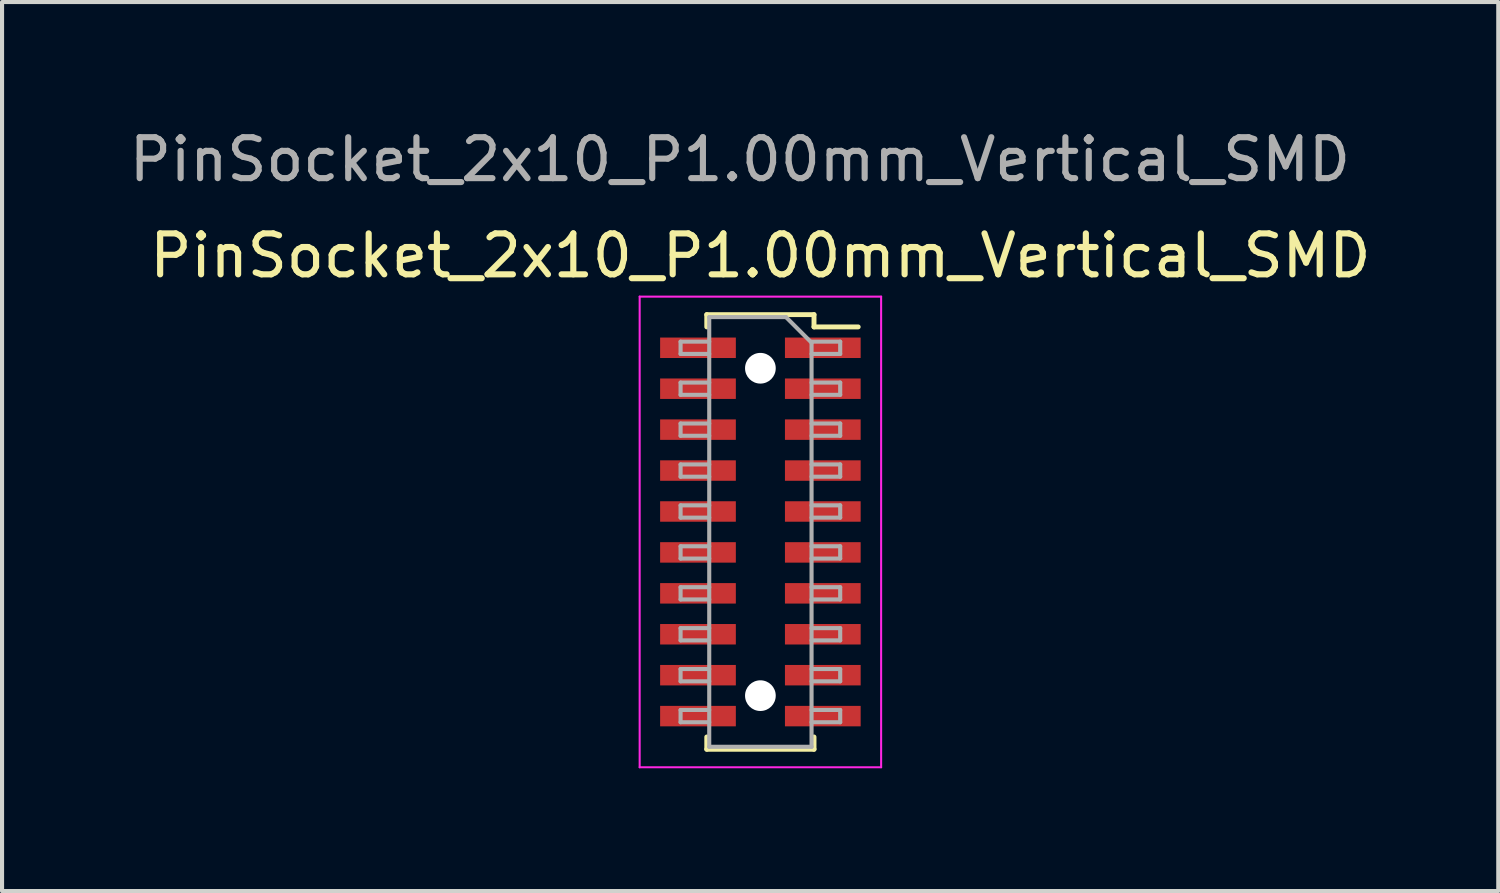
<source format=kicad_pcb>
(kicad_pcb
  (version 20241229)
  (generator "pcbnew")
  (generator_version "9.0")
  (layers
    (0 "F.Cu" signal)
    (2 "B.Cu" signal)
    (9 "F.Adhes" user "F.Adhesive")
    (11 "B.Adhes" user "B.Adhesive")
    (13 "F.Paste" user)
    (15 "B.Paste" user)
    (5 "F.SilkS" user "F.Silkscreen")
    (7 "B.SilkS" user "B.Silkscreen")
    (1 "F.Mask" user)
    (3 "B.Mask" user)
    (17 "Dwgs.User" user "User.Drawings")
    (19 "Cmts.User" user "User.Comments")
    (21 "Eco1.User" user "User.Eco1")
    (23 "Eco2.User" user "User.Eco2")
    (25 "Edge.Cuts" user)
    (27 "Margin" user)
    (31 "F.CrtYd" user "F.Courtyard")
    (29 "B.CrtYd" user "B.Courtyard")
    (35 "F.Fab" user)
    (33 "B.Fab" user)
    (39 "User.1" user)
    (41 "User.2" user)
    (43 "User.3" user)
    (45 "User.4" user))
  (footprint "PinSocket_2x10_P1.00mm_Vertical_SMD"
    (layer "F.Cu")
    (at 15.53 9.948)
    (property "Reference" "PinSocket_2x10_P1.00mm_Vertical_SMD" (at 0 -6.75 0) (layer "F.SilkS") (effects (font (size 1 1) (thickness 0.15))))
    (attr smd)
    (fp_line (start -1.31 -5.31) (end -1.31 -5.01) (stroke (width 0.12) (type solid)) (layer "F.SilkS"))
    (fp_line (start -1.31 -5.31) (end 1.31 -5.31) (stroke (width 0.12) (type solid)) (layer "F.SilkS"))
    (fp_line (start -1.31 5.01) (end -1.31 5.31) (stroke (width 0.12) (type solid)) (layer "F.SilkS"))
    (fp_line (start -1.31 5.31) (end 1.31 5.31) (stroke (width 0.12) (type solid)) (layer "F.SilkS"))
    (fp_line (start 1.31 -5.31) (end 1.31 -5.01) (stroke (width 0.12) (type solid)) (layer "F.SilkS"))
    (fp_line (start 1.31 -5.01) (end 2.39 -5.01) (stroke (width 0.12) (type solid)) (layer "F.SilkS"))
    (fp_line (start 1.31 5.01) (end 1.31 5.31) (stroke (width 0.12) (type solid)) (layer "F.SilkS"))
    (fp_line (start -2.95 -5.75) (end 2.95 -5.75) (stroke (width 0.05) (type solid)) (layer "F.CrtYd"))
    (fp_line (start -2.95 5.75) (end -2.95 -5.75) (stroke (width 0.05) (type solid)) (layer "F.CrtYd"))
    (fp_line (start 2.95 -5.75) (end 2.95 5.75) (stroke (width 0.05) (type solid)) (layer "F.CrtYd"))
    (fp_line (start 2.95 5.75) (end -2.95 5.75) (stroke (width 0.05) (type solid)) (layer "F.CrtYd"))
    (fp_line (start -1.95 -4.65) (end -1.25 -4.65) (stroke (width 0.1) (type solid)) (layer "F.Fab"))
    (fp_line (start -1.95 -4.35) (end -1.95 -4.65) (stroke (width 0.1) (type solid)) (layer "F.Fab"))
    (fp_line (start -1.95 -3.65) (end -1.25 -3.65) (stroke (width 0.1) (type solid)) (layer "F.Fab"))
    (fp_line (start -1.95 -3.35) (end -1.95 -3.65) (stroke (width 0.1) (type solid)) (layer "F.Fab"))
    (fp_line (start -1.95 -2.65) (end -1.25 -2.65) (stroke (width 0.1) (type solid)) (layer "F.Fab"))
    (fp_line (start -1.95 -2.35) (end -1.95 -2.65) (stroke (width 0.1) (type solid)) (layer "F.Fab"))
    (fp_line (start -1.95 -1.65) (end -1.25 -1.65) (stroke (width 0.1) (type solid)) (layer "F.Fab"))
    (fp_line (start -1.95 -1.35) (end -1.95 -1.65) (stroke (width 0.1) (type solid)) (layer "F.Fab"))
    (fp_line (start -1.95 -0.65) (end -1.25 -0.65) (stroke (width 0.1) (type solid)) (layer "F.Fab"))
    (fp_line (start -1.95 -0.35) (end -1.95 -0.65) (stroke (width 0.1) (type solid)) (layer "F.Fab"))
    (fp_line (start -1.95 0.35) (end -1.25 0.35) (stroke (width 0.1) (type solid)) (layer "F.Fab"))
    (fp_line (start -1.95 0.65) (end -1.95 0.35) (stroke (width 0.1) (type solid)) (layer "F.Fab"))
    (fp_line (start -1.95 1.35) (end -1.25 1.35) (stroke (width 0.1) (type solid)) (layer "F.Fab"))
    (fp_line (start -1.95 1.65) (end -1.95 1.35) (stroke (width 0.1) (type solid)) (layer "F.Fab"))
    (fp_line (start -1.95 2.35) (end -1.25 2.35) (stroke (width 0.1) (type solid)) (layer "F.Fab"))
    (fp_line (start -1.95 2.65) (end -1.95 2.35) (stroke (width 0.1) (type solid)) (layer "F.Fab"))
    (fp_line (start -1.95 3.35) (end -1.25 3.35) (stroke (width 0.1) (type solid)) (layer "F.Fab"))
    (fp_line (start -1.95 3.65) (end -1.95 3.35) (stroke (width 0.1) (type solid)) (layer "F.Fab"))
    (fp_line (start -1.95 4.35) (end -1.25 4.35) (stroke (width 0.1) (type solid)) (layer "F.Fab"))
    (fp_line (start -1.95 4.65) (end -1.95 4.35) (stroke (width 0.1) (type solid)) (layer "F.Fab"))
    (fp_line (start -1.25 -5.25) (end 0.625 -5.25) (stroke (width 0.1) (type solid)) (layer "F.Fab"))
    (fp_line (start -1.25 -4.35) (end -1.95 -4.35) (stroke (width 0.1) (type solid)) (layer "F.Fab"))
    (fp_line (start -1.25 -3.35) (end -1.95 -3.35) (stroke (width 0.1) (type solid)) (layer "F.Fab"))
    (fp_line (start -1.25 -2.35) (end -1.95 -2.35) (stroke (width 0.1) (type solid)) (layer "F.Fab"))
    (fp_line (start -1.25 -1.35) (end -1.95 -1.35) (stroke (width 0.1) (type solid)) (layer "F.Fab"))
    (fp_line (start -1.25 -0.35) (end -1.95 -0.35) (stroke (width 0.1) (type solid)) (layer "F.Fab"))
    (fp_line (start -1.25 0.65) (end -1.95 0.65) (stroke (width 0.1) (type solid)) (layer "F.Fab"))
    (fp_line (start -1.25 1.65) (end -1.95 1.65) (stroke (width 0.1) (type solid)) (layer "F.Fab"))
    (fp_line (start -1.25 2.65) (end -1.95 2.65) (stroke (width 0.1) (type solid)) (layer "F.Fab"))
    (fp_line (start -1.25 3.65) (end -1.95 3.65) (stroke (width 0.1) (type solid)) (layer "F.Fab"))
    (fp_line (start -1.25 4.65) (end -1.95 4.65) (stroke (width 0.1) (type solid)) (layer "F.Fab"))
    (fp_line (start -1.25 5.25) (end -1.25 -5.25) (stroke (width 0.1) (type solid)) (layer "F.Fab"))
    (fp_line (start 0.625 -5.25) (end 1.25 -4.625) (stroke (width 0.1) (type solid)) (layer "F.Fab"))
    (fp_line (start 1.25 -4.65) (end 1.95 -4.65) (stroke (width 0.1) (type solid)) (layer "F.Fab"))
    (fp_line (start 1.25 -4.625) (end 1.25 5.25) (stroke (width 0.1) (type solid)) (layer "F.Fab"))
    (fp_line (start 1.25 -3.65) (end 1.95 -3.65) (stroke (width 0.1) (type solid)) (layer "F.Fab"))
    (fp_line (start 1.25 -2.65) (end 1.95 -2.65) (stroke (width 0.1) (type solid)) (layer "F.Fab"))
    (fp_line (start 1.25 -1.65) (end 1.95 -1.65) (stroke (width 0.1) (type solid)) (layer "F.Fab"))
    (fp_line (start 1.25 -0.65) (end 1.95 -0.65) (stroke (width 0.1) (type solid)) (layer "F.Fab"))
    (fp_line (start 1.25 0.35) (end 1.95 0.35) (stroke (width 0.1) (type solid)) (layer "F.Fab"))
    (fp_line (start 1.25 1.35) (end 1.95 1.35) (stroke (width 0.1) (type solid)) (layer "F.Fab"))
    (fp_line (start 1.25 2.35) (end 1.95 2.35) (stroke (width 0.1) (type solid)) (layer "F.Fab"))
    (fp_line (start 1.25 3.35) (end 1.95 3.35) (stroke (width 0.1) (type solid)) (layer "F.Fab"))
    (fp_line (start 1.25 4.35) (end 1.95 4.35) (stroke (width 0.1) (type solid)) (layer "F.Fab"))
    (fp_line (start 1.25 5.25) (end -1.25 5.25) (stroke (width 0.1) (type solid)) (layer "F.Fab"))
    (fp_line (start 1.95 -4.65) (end 1.95 -4.35) (stroke (width 0.1) (type solid)) (layer "F.Fab"))
    (fp_line (start 1.95 -4.35) (end 1.25 -4.35) (stroke (width 0.1) (type solid)) (layer "F.Fab"))
    (fp_line (start 1.95 -3.65) (end 1.95 -3.35) (stroke (width 0.1) (type solid)) (layer "F.Fab"))
    (fp_line (start 1.95 -3.35) (end 1.25 -3.35) (stroke (width 0.1) (type solid)) (layer "F.Fab"))
    (fp_line (start 1.95 -2.65) (end 1.95 -2.35) (stroke (width 0.1) (type solid)) (layer "F.Fab"))
    (fp_line (start 1.95 -2.35) (end 1.25 -2.35) (stroke (width 0.1) (type solid)) (layer "F.Fab"))
    (fp_line (start 1.95 -1.65) (end 1.95 -1.35) (stroke (width 0.1) (type solid)) (layer "F.Fab"))
    (fp_line (start 1.95 -1.35) (end 1.25 -1.35) (stroke (width 0.1) (type solid)) (layer "F.Fab"))
    (fp_line (start 1.95 -0.65) (end 1.95 -0.35) (stroke (width 0.1) (type solid)) (layer "F.Fab"))
    (fp_line (start 1.95 -0.35) (end 1.25 -0.35) (stroke (width 0.1) (type solid)) (layer "F.Fab"))
    (fp_line (start 1.95 0.35) (end 1.95 0.65) (stroke (width 0.1) (type solid)) (layer "F.Fab"))
    (fp_line (start 1.95 0.65) (end 1.25 0.65) (stroke (width 0.1) (type solid)) (layer "F.Fab"))
    (fp_line (start 1.95 1.35) (end 1.95 1.65) (stroke (width 0.1) (type solid)) (layer "F.Fab"))
    (fp_line (start 1.95 1.65) (end 1.25 1.65) (stroke (width 0.1) (type solid)) (layer "F.Fab"))
    (fp_line (start 1.95 2.35) (end 1.95 2.65) (stroke (width 0.1) (type solid)) (layer "F.Fab"))
    (fp_line (start 1.95 2.65) (end 1.25 2.65) (stroke (width 0.1) (type solid)) (layer "F.Fab"))
    (fp_line (start 1.95 3.35) (end 1.95 3.65) (stroke (width 0.1) (type solid)) (layer "F.Fab"))
    (fp_line (start 1.95 3.65) (end 1.25 3.65) (stroke (width 0.1) (type solid)) (layer "F.Fab"))
    (fp_line (start 1.95 4.35) (end 1.95 4.65) (stroke (width 0.1) (type solid)) (layer "F.Fab"))
    (fp_line (start 1.95 4.65) (end 1.25 4.65) (stroke (width 0.1) (type solid)) (layer "F.Fab"))
    (fp_text user "${REFERENCE}" (at -0.5 -9.1 180) (layer "F.Fab") (effects (font (size 1 1) (thickness 0.15))))
    (pad "" np_thru_hole circle (at 0 -4) (size 0.75 0.75) (drill 0.75) (layers "F.Cu" "F.Mask" "F.Paste"))
    (pad "" np_thru_hole circle (at 0 4) (size 0.75 0.75) (drill 0.75) (layers "F.Cu" "F.Mask" "F.Paste"))
    (pad "1" smd rect (at 1.525 -4.5) (size 1.85 0.5) (layers "F.Cu" "F.Mask" "F.Paste"))
    (pad "2" smd rect (at -1.525 -4.5) (size 1.85 0.5) (layers "F.Cu" "F.Mask" "F.Paste"))
    (pad "3" smd rect (at 1.525 -3.5) (size 1.85 0.5) (layers "F.Cu" "F.Mask" "F.Paste"))
    (pad "4" smd rect (at -1.525 -3.5) (size 1.85 0.5) (layers "F.Cu" "F.Mask" "F.Paste"))
    (pad "5" smd rect (at 1.525 -2.5) (size 1.85 0.5) (layers "F.Cu" "F.Mask" "F.Paste"))
    (pad "6" smd rect (at -1.525 -2.5) (size 1.85 0.5) (layers "F.Cu" "F.Mask" "F.Paste"))
    (pad "7" smd rect (at 1.525 -1.5) (size 1.85 0.5) (layers "F.Cu" "F.Mask" "F.Paste"))
    (pad "8" smd rect (at -1.525 -1.5) (size 1.85 0.5) (layers "F.Cu" "F.Mask" "F.Paste"))
    (pad "9" smd rect (at 1.525 -0.5) (size 1.85 0.5) (layers "F.Cu" "F.Mask" "F.Paste"))
    (pad "10" smd rect (at -1.525 -0.5) (size 1.85 0.5) (layers "F.Cu" "F.Mask" "F.Paste"))
    (pad "11" smd rect (at 1.525 0.5) (size 1.85 0.5) (layers "F.Cu" "F.Mask" "F.Paste"))
    (pad "12" smd rect (at -1.525 0.5) (size 1.85 0.5) (layers "F.Cu" "F.Mask" "F.Paste"))
    (pad "13" smd rect (at 1.525 1.5) (size 1.85 0.5) (layers "F.Cu" "F.Mask" "F.Paste"))
    (pad "14" smd rect (at -1.525 1.5) (size 1.85 0.5) (layers "F.Cu" "F.Mask" "F.Paste"))
    (pad "15" smd rect (at 1.525 2.5) (size 1.85 0.5) (layers "F.Cu" "F.Mask" "F.Paste"))
    (pad "16" smd rect (at -1.525 2.5) (size 1.85 0.5) (layers "F.Cu" "F.Mask" "F.Paste"))
    (pad "17" smd rect (at 1.525 3.5) (size 1.85 0.5) (layers "F.Cu" "F.Mask" "F.Paste"))
    (pad "18" smd rect (at -1.525 3.5) (size 1.85 0.5) (layers "F.Cu" "F.Mask" "F.Paste"))
    (pad "19" smd rect (at 1.525 4.5) (size 1.85 0.5) (layers "F.Cu" "F.Mask" "F.Paste"))
    (pad "20" smd rect (at -1.525 4.5) (size 1.85 0.5) (layers "F.Cu" "F.Mask" "F.Paste")))
  (gr_rect
    (start -3 -3)
    (end 33.56 18.723)
    (stroke (width 0.1) (type default))
    (fill no)
    (layer "Edge.Cuts")))
</source>
